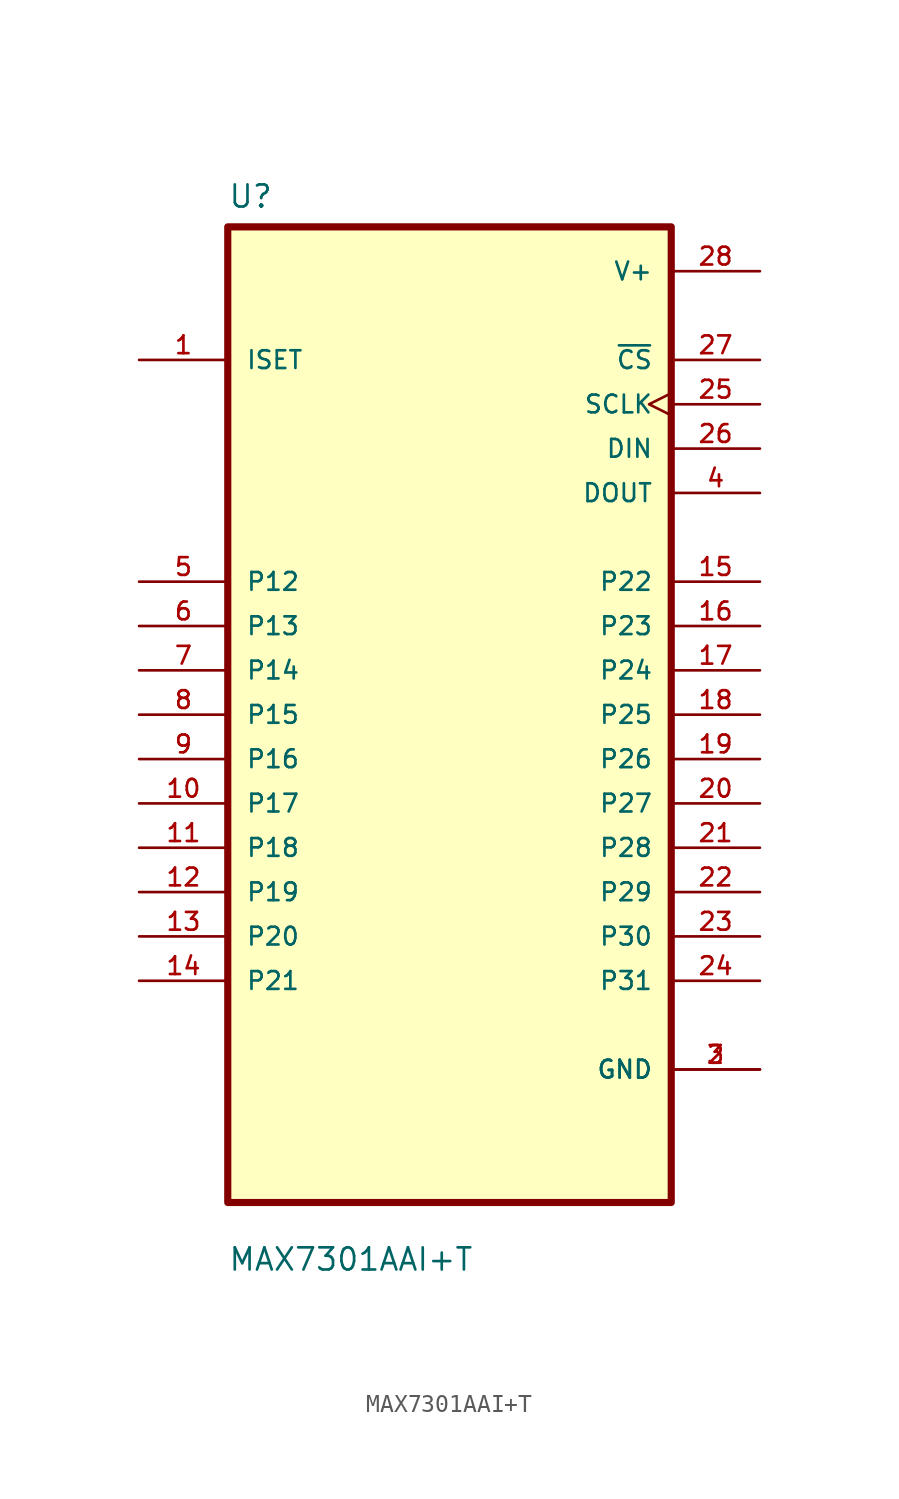
<source format=kicad_sym>
(kicad_symbol_lib
  (version 20211014)
  (generator kicad_symbol_editor)
  (symbol "MAX7301AAI+T"
    (pin_names
      (offset 1.016))
    (property "Reference" "U"
      (at -12.7 28.94 0.0)
      (effects (font (size 1.27 1.27)) (justify bottom left)))
    (property "Value" "MAX7301AAI+T"
      (at -12.7 -31.94 0.0)
      (effects (font (size 1.27 1.27)) (justify bottom left)))
    (symbol "MAX7301AAI+T_0_0"
      (rectangle (start -12.7 -27.94) (end 12.7 27.94) (stroke (width 0.41)) (fill (type background)))
      (pin input line (at 17.78 20.32 180.0) (length 5.08) (name "~{CS}" (effects (font (size 1.016 1.016)))) (number "27" (effects (font (size 1.016 1.016)))))
      (pin input line (at 17.78 15.24 180.0) (length 5.08) (name "DIN" (effects (font (size 1.016 1.016)))) (number "26" (effects (font (size 1.016 1.016)))))
      (pin input line (at -17.78 20.32 0) (length 5.08) (name "ISET" (effects (font (size 1.016 1.016)))) (number "1" (effects (font (size 1.016 1.016)))))
      (pin input clock (at 17.78 17.78 180.0) (length 5.08) (name "SCLK" (effects (font (size 1.016 1.016)))) (number "25" (effects (font (size 1.016 1.016)))))
      (pin bidirectional line (at -17.78 7.62 0) (length 5.08) (name "P12" (effects (font (size 1.016 1.016)))) (number "5" (effects (font (size 1.016 1.016)))))
      (pin bidirectional line (at -17.78 5.08 0) (length 5.08) (name "P13" (effects (font (size 1.016 1.016)))) (number "6" (effects (font (size 1.016 1.016)))))
      (pin bidirectional line (at -17.78 2.54 0) (length 5.08) (name "P14" (effects (font (size 1.016 1.016)))) (number "7" (effects (font (size 1.016 1.016)))))
      (pin bidirectional line (at -17.78 0.0 0) (length 5.08) (name "P15" (effects (font (size 1.016 1.016)))) (number "8" (effects (font (size 1.016 1.016)))))
      (pin bidirectional line (at -17.78 -2.54 0) (length 5.08) (name "P16" (effects (font (size 1.016 1.016)))) (number "9" (effects (font (size 1.016 1.016)))))
      (pin bidirectional line (at -17.78 -5.08 0) (length 5.08) (name "P17" (effects (font (size 1.016 1.016)))) (number "10" (effects (font (size 1.016 1.016)))))
      (pin bidirectional line (at -17.78 -7.62 0) (length 5.08) (name "P18" (effects (font (size 1.016 1.016)))) (number "11" (effects (font (size 1.016 1.016)))))
      (pin bidirectional line (at -17.78 -10.16 0) (length 5.08) (name "P19" (effects (font (size 1.016 1.016)))) (number "12" (effects (font (size 1.016 1.016)))))
      (pin bidirectional line (at -17.78 -12.7 0) (length 5.08) (name "P20" (effects (font (size 1.016 1.016)))) (number "13" (effects (font (size 1.016 1.016)))))
      (pin bidirectional line (at -17.78 -15.24 0) (length 5.08) (name "P21" (effects (font (size 1.016 1.016)))) (number "14" (effects (font (size 1.016 1.016)))))
      (pin power_in line (at 17.78 25.4 180.0) (length 5.08) (name "V+" (effects (font (size 1.016 1.016)))) (number "28" (effects (font (size 1.016 1.016)))))
      (pin output line (at 17.78 12.7 180.0) (length 5.08) (name "DOUT" (effects (font (size 1.016 1.016)))) (number "4" (effects (font (size 1.016 1.016)))))
      (pin bidirectional line (at 17.78 7.62 180.0) (length 5.08) (name "P22" (effects (font (size 1.016 1.016)))) (number "15" (effects (font (size 1.016 1.016)))))
      (pin bidirectional line (at 17.78 5.08 180.0) (length 5.08) (name "P23" (effects (font (size 1.016 1.016)))) (number "16" (effects (font (size 1.016 1.016)))))
      (pin bidirectional line (at 17.78 2.54 180.0) (length 5.08) (name "P24" (effects (font (size 1.016 1.016)))) (number "17" (effects (font (size 1.016 1.016)))))
      (pin bidirectional line (at 17.78 0.0 180.0) (length 5.08) (name "P25" (effects (font (size 1.016 1.016)))) (number "18" (effects (font (size 1.016 1.016)))))
      (pin bidirectional line (at 17.78 -2.54 180.0) (length 5.08) (name "P26" (effects (font (size 1.016 1.016)))) (number "19" (effects (font (size 1.016 1.016)))))
      (pin bidirectional line (at 17.78 -5.08 180.0) (length 5.08) (name "P27" (effects (font (size 1.016 1.016)))) (number "20" (effects (font (size 1.016 1.016)))))
      (pin bidirectional line (at 17.78 -7.62 180.0) (length 5.08) (name "P28" (effects (font (size 1.016 1.016)))) (number "21" (effects (font (size 1.016 1.016)))))
      (pin bidirectional line (at 17.78 -10.16 180.0) (length 5.08) (name "P29" (effects (font (size 1.016 1.016)))) (number "22" (effects (font (size 1.016 1.016)))))
      (pin bidirectional line (at 17.78 -12.7 180.0) (length 5.08) (name "P30" (effects (font (size 1.016 1.016)))) (number "23" (effects (font (size 1.016 1.016)))))
      (pin bidirectional line (at 17.78 -15.24 180.0) (length 5.08) (name "P31" (effects (font (size 1.016 1.016)))) (number "24" (effects (font (size 1.016 1.016)))))
      (pin power_in line (at 17.78 -20.32 180.0) (length 5.08) (name "GND" (effects (font (size 1.016 1.016)))) (number "2" (effects (font (size 1.016 1.016)))))
      (pin power_in line (at 17.78 -20.32 180.0) (length 5.08) (name "GND" (effects (font (size 1.016 1.016)))) (number "3" (effects (font (size 1.016 1.016))))))))
</source>
